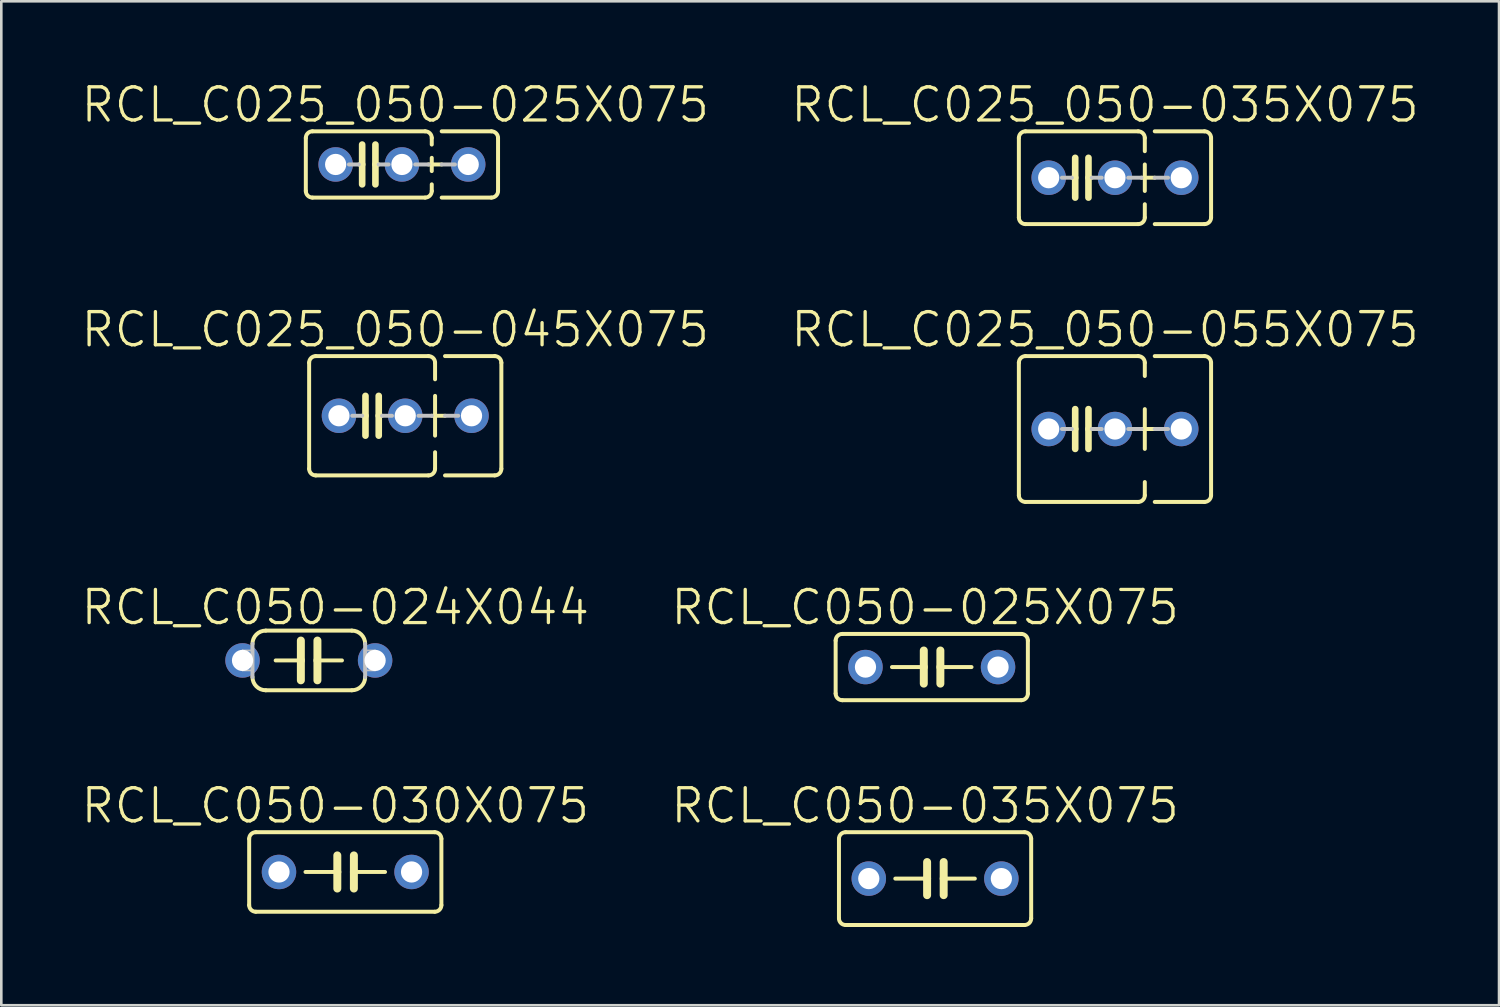
<source format=kicad_pcb>
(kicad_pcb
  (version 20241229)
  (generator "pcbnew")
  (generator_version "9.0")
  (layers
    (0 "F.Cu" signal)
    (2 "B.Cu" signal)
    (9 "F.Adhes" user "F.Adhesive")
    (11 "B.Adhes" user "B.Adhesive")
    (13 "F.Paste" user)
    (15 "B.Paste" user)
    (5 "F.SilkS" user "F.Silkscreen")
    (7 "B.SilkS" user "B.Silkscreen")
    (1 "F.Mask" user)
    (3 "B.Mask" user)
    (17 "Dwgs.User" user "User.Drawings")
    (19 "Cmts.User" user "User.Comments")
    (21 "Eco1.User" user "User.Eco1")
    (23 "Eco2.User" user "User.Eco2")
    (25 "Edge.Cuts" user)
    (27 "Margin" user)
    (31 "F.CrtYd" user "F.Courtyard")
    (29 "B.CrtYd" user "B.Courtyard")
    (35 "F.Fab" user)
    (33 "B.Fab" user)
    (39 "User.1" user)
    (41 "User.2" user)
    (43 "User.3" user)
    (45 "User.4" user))
  (footprint "RCL_C025_050-055X075"
    (layer "F.Cu")
    (at 38.406 13.39)
    (property "Reference" "RCL_C025_050-055X075" (at 0.889 -3.81 0) (layer "F.SilkS") (effects (font (size 1.27 1.27) (thickness 0.127))))
    (attr exclude_from_pos_files exclude_from_bom)
    (fp_line (start -2.413 -2.54) (end -2.413 2.54) (stroke (width 0.152) (type solid)) (layer "F.SilkS"))
    (fp_line (start -2.159 -2.794) (end 2.159 -2.794) (stroke (width 0.152) (type solid)) (layer "F.SilkS"))
    (fp_line (start -0.254 -0.762) (end -0.254 0) (stroke (width 0.254) (type solid)) (layer "F.SilkS"))
    (fp_line (start -0.254 0) (end -0.381 0) (stroke (width 0.152) (type solid)) (layer "F.SilkS"))
    (fp_line (start -0.254 0) (end -0.254 0.762) (stroke (width 0.254) (type solid)) (layer "F.SilkS"))
    (fp_line (start 0.254 0) (end 0.254 -0.762) (stroke (width 0.254) (type solid)) (layer "F.SilkS"))
    (fp_line (start 0.254 0) (end 0.254 0.762) (stroke (width 0.254) (type solid)) (layer "F.SilkS"))
    (fp_line (start 0.381 0) (end 0.254 0) (stroke (width 0.152) (type solid)) (layer "F.SilkS"))
    (fp_line (start 2.159 2.794) (end -2.159 2.794) (stroke (width 0.152) (type solid)) (layer "F.SilkS"))
    (fp_line (start 2.286 0) (end 2.794 0) (stroke (width 0.152) (type solid)) (layer "F.SilkS"))
    (fp_line (start 2.413 -2.54) (end 2.413 -2.032) (stroke (width 0.152) (type solid)) (layer "F.SilkS"))
    (fp_line (start 2.413 -0.762) (end 2.413 0.762) (stroke (width 0.152) (type solid)) (layer "F.SilkS"))
    (fp_line (start 2.413 2.032) (end 2.413 2.54) (stroke (width 0.152) (type solid)) (layer "F.SilkS"))
    (fp_line (start 2.794 -2.794) (end 4.699 -2.794) (stroke (width 0.152) (type solid)) (layer "F.SilkS"))
    (fp_line (start 4.699 2.794) (end 2.794 2.794) (stroke (width 0.152) (type solid)) (layer "F.SilkS"))
    (fp_line (start 4.953 -2.54) (end 4.953 2.54) (stroke (width 0.152) (type solid)) (layer "F.SilkS"))
    (fp_arc (start -2.413 -2.54) (mid -2.338605 -2.719605) (end -2.159 -2.794) (stroke (width 0.1524) (type solid)) (layer "F.SilkS"))
    (fp_arc (start -2.159 2.794) (mid -2.338605 2.719605) (end -2.413 2.54) (stroke (width 0.1524) (type solid)) (layer "F.SilkS"))
    (fp_arc (start 2.159 -2.794) (mid 2.338605 -2.719605) (end 2.413 -2.54) (stroke (width 0.1524) (type solid)) (layer "F.SilkS"))
    (fp_arc (start 2.413 2.54) (mid 2.338605 2.719605) (end 2.159 2.794) (stroke (width 0.1524) (type solid)) (layer "F.SilkS"))
    (fp_arc (start 4.699 -2.794) (mid 4.878605 -2.719605) (end 4.953 -2.54) (stroke (width 0.1524) (type solid)) (layer "F.SilkS"))
    (fp_arc (start 4.953 2.54) (mid 4.878605 2.719605) (end 4.699 2.794) (stroke (width 0.1524) (type solid)) (layer "F.SilkS"))
    (fp_line (start -0.381 0) (end -0.762 0) (stroke (width 0.152) (type solid)) (layer "Dwgs.User"))
    (fp_line (start 0.381 0) (end 0.762 0) (stroke (width 0.152) (type solid)) (layer "Dwgs.User"))
    (fp_line (start 1.778 0) (end 2.286 0) (stroke (width 0.152) (type solid)) (layer "Dwgs.User"))
    (fp_line (start 2.794 0) (end 3.302 0) (stroke (width 0.152) (type solid)) (layer "Dwgs.User"))
    (pad "1" thru_hole circle (at -1.27 0) (size 1.321 1.321) (drill 0.813) (layers "*.Cu" "*.Paste" "*.Mask"))
    (pad "2" thru_hole circle (at 1.27 0) (size 1.321 1.321) (drill 0.813) (layers "*.Cu" "*.Paste" "*.Mask"))
    (pad "3" thru_hole circle (at 3.81 0) (size 1.321 1.321) (drill 0.813) (layers "*.Cu" "*.Paste" "*.Mask")))
  (footprint "RCL_C025_050-045X075"
    (layer "F.Cu")
    (at 11.209 12.882)
    (property "Reference" "RCL_C025_050-045X075" (at 0.889 -3.302 0) (layer "F.SilkS") (effects (font (size 1.27 1.27) (thickness 0.127))))
    (attr exclude_from_pos_files exclude_from_bom)
    (fp_line (start -2.413 -2.032) (end -2.413 2.032) (stroke (width 0.152) (type solid)) (layer "F.SilkS"))
    (fp_line (start -2.159 -2.286) (end 2.159 -2.286) (stroke (width 0.152) (type solid)) (layer "F.SilkS"))
    (fp_line (start -0.254 -0.762) (end -0.254 0) (stroke (width 0.254) (type solid)) (layer "F.SilkS"))
    (fp_line (start -0.254 0) (end -0.381 0) (stroke (width 0.152) (type solid)) (layer "F.SilkS"))
    (fp_line (start -0.254 0) (end -0.254 0.762) (stroke (width 0.254) (type solid)) (layer "F.SilkS"))
    (fp_line (start 0.254 0) (end 0.254 -0.762) (stroke (width 0.254) (type solid)) (layer "F.SilkS"))
    (fp_line (start 0.254 0) (end 0.254 0.762) (stroke (width 0.254) (type solid)) (layer "F.SilkS"))
    (fp_line (start 0.381 0) (end 0.254 0) (stroke (width 0.152) (type solid)) (layer "F.SilkS"))
    (fp_line (start 2.159 2.286) (end -2.159 2.286) (stroke (width 0.152) (type solid)) (layer "F.SilkS"))
    (fp_line (start 2.286 0) (end 2.794 0) (stroke (width 0.152) (type solid)) (layer "F.SilkS"))
    (fp_line (start 2.413 -2.032) (end 2.413 -1.397) (stroke (width 0.152) (type solid)) (layer "F.SilkS"))
    (fp_line (start 2.413 -0.762) (end 2.413 0.762) (stroke (width 0.152) (type solid)) (layer "F.SilkS"))
    (fp_line (start 2.413 1.397) (end 2.413 2.032) (stroke (width 0.152) (type solid)) (layer "F.SilkS"))
    (fp_line (start 2.794 -2.286) (end 4.699 -2.286) (stroke (width 0.152) (type solid)) (layer "F.SilkS"))
    (fp_line (start 4.699 2.286) (end 2.794 2.286) (stroke (width 0.152) (type solid)) (layer "F.SilkS"))
    (fp_line (start 4.953 -2.032) (end 4.953 2.032) (stroke (width 0.152) (type solid)) (layer "F.SilkS"))
    (fp_arc (start -2.413 -2.032) (mid -2.338605 -2.211605) (end -2.159 -2.286) (stroke (width 0.1524) (type solid)) (layer "F.SilkS"))
    (fp_arc (start -2.159 2.286) (mid -2.338605 2.211605) (end -2.413 2.032) (stroke (width 0.1524) (type solid)) (layer "F.SilkS"))
    (fp_arc (start 2.159 -2.286) (mid 2.338605 -2.211605) (end 2.413 -2.032) (stroke (width 0.1524) (type solid)) (layer "F.SilkS"))
    (fp_arc (start 2.413 2.032) (mid 2.338605 2.211605) (end 2.159 2.286) (stroke (width 0.1524) (type solid)) (layer "F.SilkS"))
    (fp_arc (start 4.699 -2.286) (mid 4.878605 -2.211605) (end 4.953 -2.032) (stroke (width 0.1524) (type solid)) (layer "F.SilkS"))
    (fp_arc (start 4.953 2.032) (mid 4.878605 2.211605) (end 4.699 2.286) (stroke (width 0.1524) (type solid)) (layer "F.SilkS"))
    (fp_line (start -0.381 0) (end -0.762 0) (stroke (width 0.152) (type solid)) (layer "Dwgs.User"))
    (fp_line (start 0.381 0) (end 0.762 0) (stroke (width 0.152) (type solid)) (layer "Dwgs.User"))
    (fp_line (start 2.286 0) (end 1.778 0) (stroke (width 0.152) (type solid)) (layer "Dwgs.User"))
    (fp_line (start 2.794 0) (end 3.302 0) (stroke (width 0.152) (type solid)) (layer "Dwgs.User"))
    (pad "1" thru_hole circle (at -1.27 0) (size 1.321 1.321) (drill 0.813) (layers "*.Cu" "*.Paste" "*.Mask"))
    (pad "2" thru_hole circle (at 1.27 0) (size 1.321 1.321) (drill 0.813) (layers "*.Cu" "*.Paste" "*.Mask"))
    (pad "3" thru_hole circle (at 3.81 0) (size 1.321 1.321) (drill 0.813) (layers "*.Cu" "*.Paste" "*.Mask")))
  (footprint "RCL_C025_050-035X075"
    (layer "F.Cu")
    (at 38.406 3.76)
    (property "Reference" "RCL_C025_050-035X075" (at 0.889 -2.794 0) (layer "F.SilkS") (effects (font (size 1.27 1.27) (thickness 0.127))))
    (attr exclude_from_pos_files exclude_from_bom)
    (fp_line (start -2.413 -1.524) (end -2.413 1.524) (stroke (width 0.152) (type solid)) (layer "F.SilkS"))
    (fp_line (start -2.159 -1.778) (end 2.159 -1.778) (stroke (width 0.152) (type solid)) (layer "F.SilkS"))
    (fp_line (start -0.254 -0.762) (end -0.254 0) (stroke (width 0.254) (type solid)) (layer "F.SilkS"))
    (fp_line (start -0.254 0) (end -0.381 0) (stroke (width 0.152) (type solid)) (layer "F.SilkS"))
    (fp_line (start -0.254 0) (end -0.254 0.762) (stroke (width 0.254) (type solid)) (layer "F.SilkS"))
    (fp_line (start 0.254 0) (end 0.254 -0.762) (stroke (width 0.254) (type solid)) (layer "F.SilkS"))
    (fp_line (start 0.254 0) (end 0.254 0.762) (stroke (width 0.254) (type solid)) (layer "F.SilkS"))
    (fp_line (start 0.381 0) (end 0.254 0) (stroke (width 0.152) (type solid)) (layer "F.SilkS"))
    (fp_line (start 2.159 1.778) (end -2.159 1.778) (stroke (width 0.152) (type solid)) (layer "F.SilkS"))
    (fp_line (start 2.286 0) (end 2.794 0) (stroke (width 0.152) (type solid)) (layer "F.SilkS"))
    (fp_line (start 2.413 -1.524) (end 2.413 -1.016) (stroke (width 0.152) (type solid)) (layer "F.SilkS"))
    (fp_line (start 2.413 -0.508) (end 2.413 0.508) (stroke (width 0.152) (type solid)) (layer "F.SilkS"))
    (fp_line (start 2.413 1.016) (end 2.413 1.524) (stroke (width 0.152) (type solid)) (layer "F.SilkS"))
    (fp_line (start 2.794 -1.778) (end 4.699 -1.778) (stroke (width 0.152) (type solid)) (layer "F.SilkS"))
    (fp_line (start 4.699 1.778) (end 2.794 1.778) (stroke (width 0.152) (type solid)) (layer "F.SilkS"))
    (fp_line (start 4.953 -1.524) (end 4.953 1.524) (stroke (width 0.152) (type solid)) (layer "F.SilkS"))
    (fp_arc (start -2.413 -1.524) (mid -2.338605 -1.703605) (end -2.159 -1.778) (stroke (width 0.1524) (type solid)) (layer "F.SilkS"))
    (fp_arc (start -2.159 1.778) (mid -2.338605 1.703605) (end -2.413 1.524) (stroke (width 0.1524) (type solid)) (layer "F.SilkS"))
    (fp_arc (start 2.159 -1.778) (mid 2.338605 -1.703605) (end 2.413 -1.524) (stroke (width 0.1524) (type solid)) (layer "F.SilkS"))
    (fp_arc (start 2.413 1.524) (mid 2.338605 1.703605) (end 2.159 1.778) (stroke (width 0.1524) (type solid)) (layer "F.SilkS"))
    (fp_arc (start 4.699 -1.778) (mid 4.878605 -1.703605) (end 4.953 -1.524) (stroke (width 0.1524) (type solid)) (layer "F.SilkS"))
    (fp_arc (start 4.953 1.524) (mid 4.878605 1.703605) (end 4.699 1.778) (stroke (width 0.1524) (type solid)) (layer "F.SilkS"))
    (fp_line (start -0.381 0) (end -0.762 0) (stroke (width 0.152) (type solid)) (layer "Dwgs.User"))
    (fp_line (start 0.381 0) (end 0.762 0) (stroke (width 0.152) (type solid)) (layer "Dwgs.User"))
    (fp_line (start 2.286 0) (end 1.778 0) (stroke (width 0.152) (type solid)) (layer "Dwgs.User"))
    (fp_line (start 2.794 0) (end 3.302 0) (stroke (width 0.152) (type solid)) (layer "Dwgs.User"))
    (pad "1" thru_hole circle (at -1.27 0) (size 1.321 1.321) (drill 0.813) (layers "*.Cu" "*.Paste" "*.Mask"))
    (pad "2" thru_hole circle (at 1.27 0) (size 1.321 1.321) (drill 0.813) (layers "*.Cu" "*.Paste" "*.Mask"))
    (pad "3" thru_hole circle (at 3.81 0) (size 1.321 1.321) (drill 0.813) (layers "*.Cu" "*.Paste" "*.Mask")))
  (footprint "RCL_C050-024X044"
    (layer "F.Cu")
    (at 8.784 22.258)
    (property "Reference" "RCL_C050-024X044" (at 1.016 -2.032 0) (layer "F.SilkS") (effects (font (size 1.27 1.27) (thickness 0.127))))
    (attr exclude_from_pos_files exclude_from_bom)
    (fp_line (start -1.27 0) (end -0.305 0) (stroke (width 0.152) (type solid)) (layer "F.SilkS"))
    (fp_line (start -0.305 -0.762) (end -0.305 0) (stroke (width 0.305) (type solid)) (layer "F.SilkS"))
    (fp_line (start -0.305 0) (end -0.305 0.762) (stroke (width 0.305) (type solid)) (layer "F.SilkS"))
    (fp_line (start 0.33 -0.762) (end 0.33 0) (stroke (width 0.305) (type solid)) (layer "F.SilkS"))
    (fp_line (start 0.33 0) (end 0.33 0.762) (stroke (width 0.305) (type solid)) (layer "F.SilkS"))
    (fp_line (start 1.27 0) (end 0.33 0) (stroke (width 0.152) (type solid)) (layer "F.SilkS"))
    (fp_line (start 1.651 -1.143) (end -1.651 -1.143) (stroke (width 0.152) (type solid)) (layer "F.SilkS"))
    (fp_line (start 1.651 1.143) (end -1.651 1.143) (stroke (width 0.152) (type solid)) (layer "F.SilkS"))
    (fp_arc (start -2.159 -0.635) (mid -2.01021 -0.99421) (end -1.651 -1.143) (stroke (width 0.1524) (type solid)) (layer "F.SilkS"))
    (fp_arc (start -1.651 1.143) (mid -2.01021 0.99421) (end -2.159 0.635) (stroke (width 0.1524) (type solid)) (layer "F.SilkS"))
    (fp_arc (start 1.651 -1.143) (mid 2.01021 -0.99421) (end 2.159 -0.635) (stroke (width 0.1524) (type solid)) (layer "F.SilkS"))
    (fp_arc (start 2.159 0.635) (mid 2.01021 0.99421) (end 1.651 1.143) (stroke (width 0.1524) (type solid)) (layer "F.SilkS"))
    (fp_line (start -2.54 -0.381) (end -2.159 -0.381) (stroke (width 0.066) (type solid)) (layer "Dwgs.User"))
    (fp_line (start -2.54 0.381) (end -2.54 -0.381) (stroke (width 0.066) (type solid)) (layer "Dwgs.User"))
    (fp_line (start -2.54 0.381) (end -2.159 0.381) (stroke (width 0.066) (type solid)) (layer "Dwgs.User"))
    (fp_line (start -2.159 0.381) (end -2.159 -0.381) (stroke (width 0.066) (type solid)) (layer "Dwgs.User"))
    (fp_line (start -2.159 0.635) (end -2.159 -0.635) (stroke (width 0.152) (type solid)) (layer "Dwgs.User"))
    (fp_line (start 2.159 -0.381) (end 2.54 -0.381) (stroke (width 0.066) (type solid)) (layer "Dwgs.User"))
    (fp_line (start 2.159 0.381) (end 2.159 -0.381) (stroke (width 0.066) (type solid)) (layer "Dwgs.User"))
    (fp_line (start 2.159 0.381) (end 2.54 0.381) (stroke (width 0.066) (type solid)) (layer "Dwgs.User"))
    (fp_line (start 2.159 0.635) (end 2.159 -0.635) (stroke (width 0.152) (type solid)) (layer "Dwgs.User"))
    (fp_line (start 2.54 0.381) (end 2.54 -0.381) (stroke (width 0.066) (type solid)) (layer "Dwgs.User"))
    (pad "1" thru_hole circle (at -2.54 0) (size 1.321 1.321) (drill 0.813) (layers "*.Cu" "*.Paste" "*.Mask"))
    (pad "2" thru_hole circle (at 2.54 0) (size 1.321 1.321) (drill 0.813) (layers "*.Cu" "*.Paste" "*.Mask")))
  (footprint "RCL_C025_050-025X075"
    (layer "F.Cu")
    (at 11.082 3.252)
    (property "Reference" "RCL_C025_050-025X075" (at 1.016 -2.286 0) (layer "F.SilkS") (effects (font (size 1.27 1.27) (thickness 0.127))))
    (attr exclude_from_pos_files exclude_from_bom)
    (fp_line (start -2.413 -1.016) (end -2.413 1.016) (stroke (width 0.152) (type solid)) (layer "F.SilkS"))
    (fp_line (start -2.159 -1.27) (end 2.159 -1.27) (stroke (width 0.152) (type solid)) (layer "F.SilkS"))
    (fp_line (start -0.254 -0.762) (end -0.254 0) (stroke (width 0.254) (type solid)) (layer "F.SilkS"))
    (fp_line (start -0.254 0) (end -0.381 0) (stroke (width 0.152) (type solid)) (layer "F.SilkS"))
    (fp_line (start -0.254 0) (end -0.254 0.762) (stroke (width 0.254) (type solid)) (layer "F.SilkS"))
    (fp_line (start 0.254 0) (end 0.254 -0.762) (stroke (width 0.254) (type solid)) (layer "F.SilkS"))
    (fp_line (start 0.254 0) (end 0.254 0.762) (stroke (width 0.254) (type solid)) (layer "F.SilkS"))
    (fp_line (start 0.381 0) (end 0.254 0) (stroke (width 0.152) (type solid)) (layer "F.SilkS"))
    (fp_line (start 2.159 1.27) (end -2.159 1.27) (stroke (width 0.152) (type solid)) (layer "F.SilkS"))
    (fp_line (start 2.286 0) (end 2.794 0) (stroke (width 0.152) (type solid)) (layer "F.SilkS"))
    (fp_line (start 2.413 -1.016) (end 2.413 -0.762) (stroke (width 0.152) (type solid)) (layer "F.SilkS"))
    (fp_line (start 2.413 -0.254) (end 2.413 0.254) (stroke (width 0.152) (type solid)) (layer "F.SilkS"))
    (fp_line (start 2.413 0.762) (end 2.413 1.016) (stroke (width 0.152) (type solid)) (layer "F.SilkS"))
    (fp_line (start 2.794 -1.27) (end 4.699 -1.27) (stroke (width 0.152) (type solid)) (layer "F.SilkS"))
    (fp_line (start 4.699 1.27) (end 2.794 1.27) (stroke (width 0.152) (type solid)) (layer "F.SilkS"))
    (fp_line (start 4.953 -1.016) (end 4.953 1.016) (stroke (width 0.152) (type solid)) (layer "F.SilkS"))
    (fp_arc (start -2.413 -1.016) (mid -2.338605 -1.195605) (end -2.159 -1.27) (stroke (width 0.1524) (type solid)) (layer "F.SilkS"))
    (fp_arc (start -2.159 1.27) (mid -2.338605 1.195605) (end -2.413 1.016) (stroke (width 0.1524) (type solid)) (layer "F.SilkS"))
    (fp_arc (start 2.159 -1.27) (mid 2.338605 -1.195605) (end 2.413 -1.016) (stroke (width 0.1524) (type solid)) (layer "F.SilkS"))
    (fp_arc (start 2.413 1.016) (mid 2.338605 1.195605) (end 2.159 1.27) (stroke (width 0.1524) (type solid)) (layer "F.SilkS"))
    (fp_arc (start 4.699 -1.27) (mid 4.878605 -1.195605) (end 4.953 -1.016) (stroke (width 0.1524) (type solid)) (layer "F.SilkS"))
    (fp_arc (start 4.953 1.016) (mid 4.878605 1.195605) (end 4.699 1.27) (stroke (width 0.1524) (type solid)) (layer "F.SilkS"))
    (fp_line (start -0.381 0) (end -0.762 0) (stroke (width 0.152) (type solid)) (layer "Dwgs.User"))
    (fp_line (start 0.762 0) (end 0.381 0) (stroke (width 0.152) (type solid)) (layer "Dwgs.User"))
    (fp_line (start 1.778 0) (end 2.286 0) (stroke (width 0.152) (type solid)) (layer "Dwgs.User"))
    (fp_line (start 2.794 0) (end 3.302 0) (stroke (width 0.152) (type solid)) (layer "Dwgs.User"))
    (pad "1" thru_hole circle (at -1.27 0) (size 1.321 1.321) (drill 0.813) (layers "*.Cu" "*.Paste" "*.Mask"))
    (pad "2" thru_hole circle (at 1.27 0) (size 1.321 1.321) (drill 0.813) (layers "*.Cu" "*.Paste" "*.Mask"))
    (pad "3" thru_hole circle (at 3.81 0) (size 1.321 1.321) (drill 0.813) (layers "*.Cu" "*.Paste" "*.Mask")))
  (footprint "RCL_C050-035X075"
    (layer "F.Cu")
    (at 32.782 30.618)
    (property "Reference" "RCL_C050-035X075" (at -0.381 -2.794 0) (layer "F.SilkS") (effects (font (size 1.27 1.27) (thickness 0.127))))
    (attr exclude_from_pos_files exclude_from_bom)
    (fp_line (start -3.683 -1.524) (end -3.683 1.524) (stroke (width 0.152) (type solid)) (layer "F.SilkS"))
    (fp_line (start -3.429 1.778) (end 3.429 1.778) (stroke (width 0.152) (type solid)) (layer "F.SilkS"))
    (fp_line (start -0.305 -0.635) (end -0.305 0) (stroke (width 0.305) (type solid)) (layer "F.SilkS"))
    (fp_line (start -0.305 0) (end -1.524 0) (stroke (width 0.152) (type solid)) (layer "F.SilkS"))
    (fp_line (start -0.305 0) (end -0.305 0.635) (stroke (width 0.305) (type solid)) (layer "F.SilkS"))
    (fp_line (start 0.33 -0.635) (end 0.33 0) (stroke (width 0.305) (type solid)) (layer "F.SilkS"))
    (fp_line (start 0.33 0) (end 0.33 0.635) (stroke (width 0.305) (type solid)) (layer "F.SilkS"))
    (fp_line (start 0.33 0) (end 1.524 0) (stroke (width 0.152) (type solid)) (layer "F.SilkS"))
    (fp_line (start 3.429 -1.778) (end -3.429 -1.778) (stroke (width 0.152) (type solid)) (layer "F.SilkS"))
    (fp_line (start 3.683 1.524) (end 3.683 -1.524) (stroke (width 0.152) (type solid)) (layer "F.SilkS"))
    (fp_arc (start -3.683 -1.524) (mid -3.608605 -1.703605) (end -3.429 -1.778) (stroke (width 0.1524) (type solid)) (layer "F.SilkS"))
    (fp_arc (start -3.429 1.778) (mid -3.608605 1.703605) (end -3.683 1.524) (stroke (width 0.1524) (type solid)) (layer "F.SilkS"))
    (fp_arc (start 3.429 -1.778) (mid 3.608605 -1.703605) (end 3.683 -1.524) (stroke (width 0.1524) (type solid)) (layer "F.SilkS"))
    (fp_arc (start 3.683 1.524) (mid 3.608605 1.703605) (end 3.429 1.778) (stroke (width 0.1524) (type solid)) (layer "F.SilkS"))
    (pad "1" thru_hole circle (at -2.54 0) (size 1.321 1.321) (drill 0.813) (layers "*.Cu" "*.Paste" "*.Mask"))
    (pad "2" thru_hole circle (at 2.54 0) (size 1.321 1.321) (drill 0.813) (layers "*.Cu" "*.Paste" "*.Mask")))
  (footprint "RCL_C050-030X075"
    (layer "F.Cu")
    (at 10.181 30.364)
    (property "Reference" "RCL_C050-030X075" (at -0.381 -2.54 0) (layer "F.SilkS") (effects (font (size 1.27 1.27) (thickness 0.127))))
    (attr exclude_from_pos_files exclude_from_bom)
    (fp_line (start -3.683 -1.27) (end -3.683 1.27) (stroke (width 0.152) (type solid)) (layer "F.SilkS"))
    (fp_line (start -3.429 1.524) (end 3.429 1.524) (stroke (width 0.152) (type solid)) (layer "F.SilkS"))
    (fp_line (start -0.305 -0.635) (end -0.305 0) (stroke (width 0.305) (type solid)) (layer "F.SilkS"))
    (fp_line (start -0.305 0) (end -1.524 0) (stroke (width 0.152) (type solid)) (layer "F.SilkS"))
    (fp_line (start -0.305 0) (end -0.305 0.635) (stroke (width 0.305) (type solid)) (layer "F.SilkS"))
    (fp_line (start 0.33 -0.635) (end 0.33 0) (stroke (width 0.305) (type solid)) (layer "F.SilkS"))
    (fp_line (start 0.33 0) (end 0.33 0.635) (stroke (width 0.305) (type solid)) (layer "F.SilkS"))
    (fp_line (start 0.33 0) (end 1.524 0) (stroke (width 0.152) (type solid)) (layer "F.SilkS"))
    (fp_line (start 3.429 -1.524) (end -3.429 -1.524) (stroke (width 0.152) (type solid)) (layer "F.SilkS"))
    (fp_line (start 3.683 1.27) (end 3.683 -1.27) (stroke (width 0.152) (type solid)) (layer "F.SilkS"))
    (fp_arc (start -3.683 -1.27) (mid -3.608605 -1.449605) (end -3.429 -1.524) (stroke (width 0.1524) (type solid)) (layer "F.SilkS"))
    (fp_arc (start -3.429 1.524) (mid -3.608605 1.449605) (end -3.683 1.27) (stroke (width 0.1524) (type solid)) (layer "F.SilkS"))
    (fp_arc (start 3.429 -1.524) (mid 3.608605 -1.449605) (end 3.683 -1.27) (stroke (width 0.1524) (type solid)) (layer "F.SilkS"))
    (fp_arc (start 3.683 1.27) (mid 3.608605 1.449605) (end 3.429 1.524) (stroke (width 0.1524) (type solid)) (layer "F.SilkS"))
    (pad "1" thru_hole circle (at -2.54 0) (size 1.321 1.321) (drill 0.813) (layers "*.Cu" "*.Paste" "*.Mask"))
    (pad "2" thru_hole circle (at 2.54 0) (size 1.321 1.321) (drill 0.813) (layers "*.Cu" "*.Paste" "*.Mask")))
  (footprint "RCL_C050-025X075"
    (layer "F.Cu")
    (at 32.655 22.512)
    (property "Reference" "RCL_C050-025X075" (at -0.254 -2.286 0) (layer "F.SilkS") (effects (font (size 1.27 1.27) (thickness 0.127))))
    (attr exclude_from_pos_files exclude_from_bom)
    (fp_line (start -3.683 -1.016) (end -3.683 1.016) (stroke (width 0.152) (type solid)) (layer "F.SilkS"))
    (fp_line (start -3.429 1.27) (end 3.429 1.27) (stroke (width 0.152) (type solid)) (layer "F.SilkS"))
    (fp_line (start -0.305 -0.635) (end -0.305 0) (stroke (width 0.305) (type solid)) (layer "F.SilkS"))
    (fp_line (start -0.305 0) (end -1.524 0) (stroke (width 0.152) (type solid)) (layer "F.SilkS"))
    (fp_line (start -0.305 0) (end -0.305 0.635) (stroke (width 0.305) (type solid)) (layer "F.SilkS"))
    (fp_line (start 0.33 -0.635) (end 0.33 0) (stroke (width 0.305) (type solid)) (layer "F.SilkS"))
    (fp_line (start 0.33 0) (end 0.33 0.635) (stroke (width 0.305) (type solid)) (layer "F.SilkS"))
    (fp_line (start 0.33 0) (end 1.524 0) (stroke (width 0.152) (type solid)) (layer "F.SilkS"))
    (fp_line (start 3.429 -1.27) (end -3.429 -1.27) (stroke (width 0.152) (type solid)) (layer "F.SilkS"))
    (fp_line (start 3.683 1.016) (end 3.683 -1.016) (stroke (width 0.152) (type solid)) (layer "F.SilkS"))
    (fp_arc (start -3.683 -1.016) (mid -3.608605 -1.195605) (end -3.429 -1.27) (stroke (width 0.1524) (type solid)) (layer "F.SilkS"))
    (fp_arc (start -3.429 1.27) (mid -3.608605 1.195605) (end -3.683 1.016) (stroke (width 0.1524) (type solid)) (layer "F.SilkS"))
    (fp_arc (start 3.429 -1.27) (mid 3.608605 -1.195605) (end 3.683 -1.016) (stroke (width 0.1524) (type solid)) (layer "F.SilkS"))
    (fp_arc (start 3.683 1.016) (mid 3.608605 1.195605) (end 3.429 1.27) (stroke (width 0.1524) (type solid)) (layer "F.SilkS"))
    (pad "1" thru_hole circle (at -2.54 0) (size 1.321 1.321) (drill 0.813) (layers "*.Cu" "*.Paste" "*.Mask"))
    (pad "2" thru_hole circle (at 2.54 0) (size 1.321 1.321) (drill 0.813) (layers "*.Cu" "*.Paste" "*.Mask")))
  (gr_rect
    (start -3 -3)
    (end 54.393 35.472)
    (stroke (width 0.1) (type default))
    (fill no)
    (layer "Edge.Cuts")))
</source>
